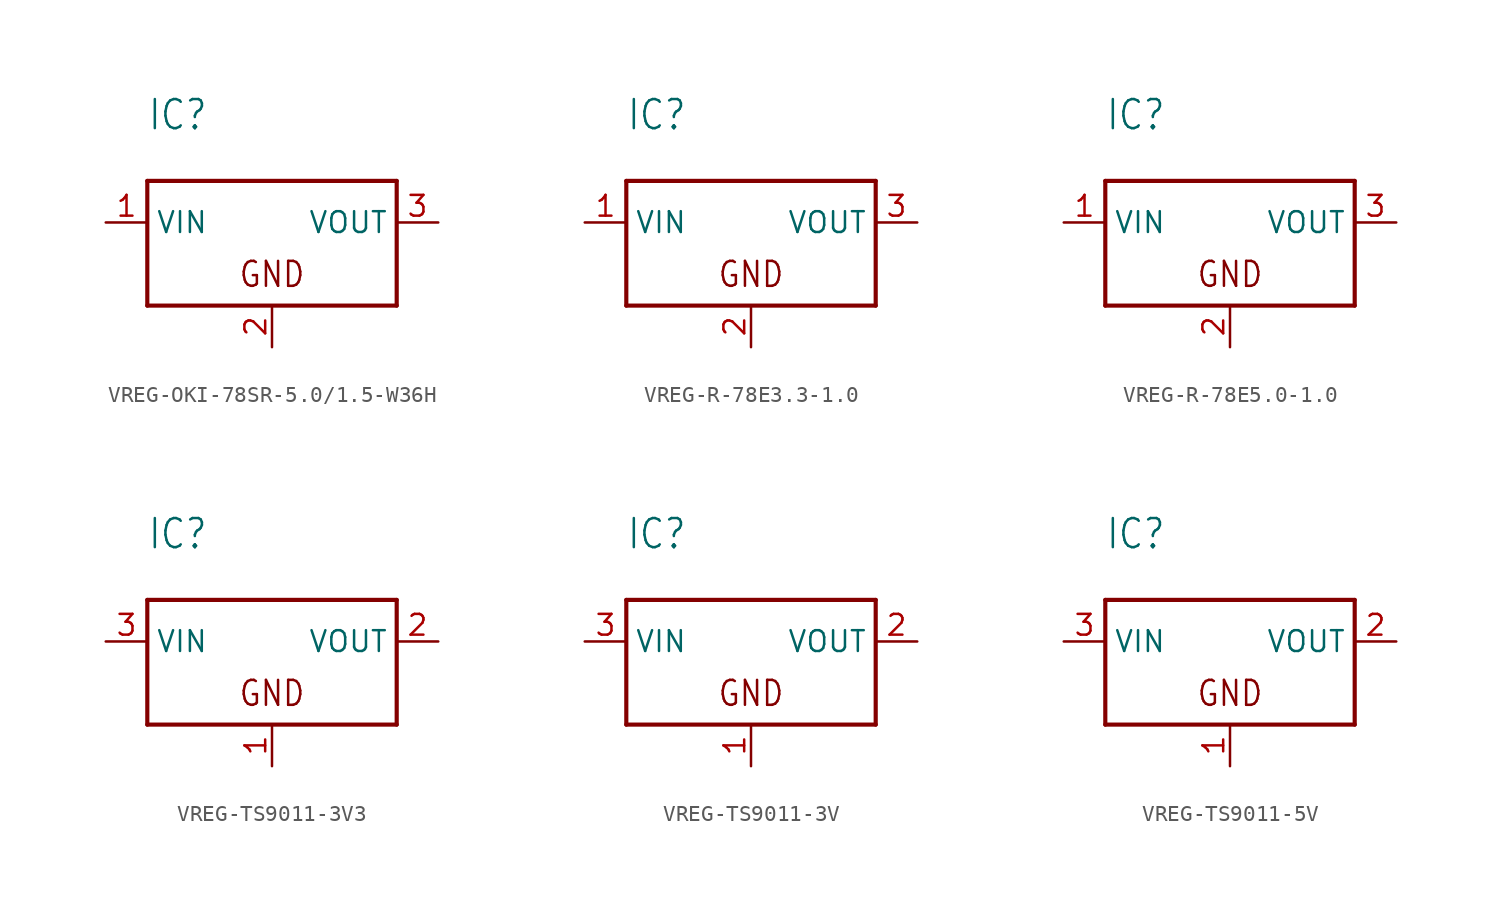
<source format=kicad_sym>
(kicad_symbol_lib
  (version 20220914)
  (generator kicad_symbol_editor)
  (symbol "VREG-OKI-78SR-5.0/1.5-W36H"
    (property "Reference" "IC"
      (at -7.62 7.62 0)
      (effects (font (size 1.778 1.511)) (justify left top)))
    (property "Value" ""
      (at -7.62 5.08 0)
      (effects (font (size 1.778 1.511)) (justify left top)))
    (property "ki_locked" ""
      (at 0 0 0)
      (effects (font (size 1.27 1.27))))
    (symbol "VREG-OKI-78SR-5.0/1.5-W36H_1_0"
      (polyline (pts (xy -7.62 -5.08) (xy 7.62 -5.08)) (stroke (width 0.254) (type solid)) (fill (type none)))
      (polyline (pts (xy -7.62 2.54) (xy -7.62 -5.08)) (stroke (width 0.254) (type solid)) (fill (type none)))
      (polyline (pts (xy 7.62 -5.08) (xy 7.62 2.54)) (stroke (width 0.254) (type solid)) (fill (type none)))
      (polyline (pts (xy 7.62 2.54) (xy -7.62 2.54)) (stroke (width 0.254) (type solid)) (fill (type none)))
      (text "GND" (at 0 -4.064 0) (effects (font (size 1.524 1.295)) (justify bottom)))
      (pin power_in line (at -10.16 0 0) (length 2.54) (name "VIN" (effects (font (size 1.27 1.27)))) (number "1" (effects (font (size 1.27 1.27)))))
      (pin power_in line (at 0 -7.62 90) (length 2.54) (name "GND" (effects (font (size 0 0)))) (number "2" (effects (font (size 1.27 1.27)))))
      (pin power_in line (at 10.16 0 180) (length 2.54) (name "VOUT" (effects (font (size 1.27 1.27)))) (number "3" (effects (font (size 1.27 1.27)))))))
  (symbol "VREG-R-78E3.3-1.0"
    (property "Reference" "IC"
      (at -7.62 7.62 0)
      (effects (font (size 1.778 1.511)) (justify left top)))
    (property "Value" ""
      (at -7.62 5.08 0)
      (effects (font (size 1.778 1.511)) (justify left top)))
    (property "ki_locked" ""
      (at 0 0 0)
      (effects (font (size 1.27 1.27))))
    (symbol "VREG-R-78E3.3-1.0_1_0"
      (polyline (pts (xy -7.62 -5.08) (xy 7.62 -5.08)) (stroke (width 0.254) (type solid)) (fill (type none)))
      (polyline (pts (xy -7.62 2.54) (xy -7.62 -5.08)) (stroke (width 0.254) (type solid)) (fill (type none)))
      (polyline (pts (xy 7.62 -5.08) (xy 7.62 2.54)) (stroke (width 0.254) (type solid)) (fill (type none)))
      (polyline (pts (xy 7.62 2.54) (xy -7.62 2.54)) (stroke (width 0.254) (type solid)) (fill (type none)))
      (text "GND" (at 0 -4.064 0) (effects (font (size 1.524 1.295)) (justify bottom)))
      (pin power_in line (at -10.16 0 0) (length 2.54) (name "VIN" (effects (font (size 1.27 1.27)))) (number "1" (effects (font (size 1.27 1.27)))))
      (pin power_in line (at 0 -7.62 90) (length 2.54) (name "GND" (effects (font (size 0 0)))) (number "2" (effects (font (size 1.27 1.27)))))
      (pin power_in line (at 10.16 0 180) (length 2.54) (name "VOUT" (effects (font (size 1.27 1.27)))) (number "3" (effects (font (size 1.27 1.27)))))))
  (symbol "VREG-R-78E5.0-1.0"
    (property "Reference" "IC"
      (at -7.62 7.62 0)
      (effects (font (size 1.778 1.511)) (justify left top)))
    (property "Value" ""
      (at -7.62 5.08 0)
      (effects (font (size 1.778 1.511)) (justify left top)))
    (property "ki_locked" ""
      (at 0 0 0)
      (effects (font (size 1.27 1.27))))
    (symbol "VREG-R-78E5.0-1.0_1_0"
      (polyline (pts (xy -7.62 -5.08) (xy 7.62 -5.08)) (stroke (width 0.254) (type solid)) (fill (type none)))
      (polyline (pts (xy -7.62 2.54) (xy -7.62 -5.08)) (stroke (width 0.254) (type solid)) (fill (type none)))
      (polyline (pts (xy 7.62 -5.08) (xy 7.62 2.54)) (stroke (width 0.254) (type solid)) (fill (type none)))
      (polyline (pts (xy 7.62 2.54) (xy -7.62 2.54)) (stroke (width 0.254) (type solid)) (fill (type none)))
      (text "GND" (at 0 -4.064 0) (effects (font (size 1.524 1.295)) (justify bottom)))
      (pin power_in line (at -10.16 0 0) (length 2.54) (name "VIN" (effects (font (size 1.27 1.27)))) (number "1" (effects (font (size 1.27 1.27)))))
      (pin power_in line (at 0 -7.62 90) (length 2.54) (name "GND" (effects (font (size 0 0)))) (number "2" (effects (font (size 1.27 1.27)))))
      (pin power_in line (at 10.16 0 180) (length 2.54) (name "VOUT" (effects (font (size 1.27 1.27)))) (number "3" (effects (font (size 1.27 1.27)))))))
  (symbol "VREG-TS9011-3V3"
    (property "Reference" "IC"
      (at -7.62 7.62 0)
      (effects (font (size 1.778 1.511)) (justify left top)))
    (property "Value" ""
      (at -7.62 5.08 0)
      (effects (font (size 1.778 1.511)) (justify left top)))
    (property "ki_locked" ""
      (at 0 0 0)
      (effects (font (size 1.27 1.27))))
    (symbol "VREG-TS9011-3V3_1_0"
      (polyline (pts (xy -7.62 -5.08) (xy 7.62 -5.08)) (stroke (width 0.254) (type solid)) (fill (type none)))
      (polyline (pts (xy -7.62 2.54) (xy -7.62 -5.08)) (stroke (width 0.254) (type solid)) (fill (type none)))
      (polyline (pts (xy 7.62 -5.08) (xy 7.62 2.54)) (stroke (width 0.254) (type solid)) (fill (type none)))
      (polyline (pts (xy 7.62 2.54) (xy -7.62 2.54)) (stroke (width 0.254) (type solid)) (fill (type none)))
      (text "GND" (at 0 -4.064 0) (effects (font (size 1.524 1.295)) (justify bottom)))
      (pin power_in line (at 0 -7.62 90) (length 2.54) (name "GND" (effects (font (size 0 0)))) (number "1" (effects (font (size 1.27 1.27)))))
      (pin power_in line (at 10.16 0 180) (length 2.54) (name "VOUT" (effects (font (size 1.27 1.27)))) (number "2" (effects (font (size 1.27 1.27)))))
      (pin power_in line (at -10.16 0 0) (length 2.54) (name "VIN" (effects (font (size 1.27 1.27)))) (number "3" (effects (font (size 1.27 1.27)))))))
  (symbol "VREG-TS9011-3V"
    (property "Reference" "IC"
      (at -7.62 7.62 0)
      (effects (font (size 1.778 1.511)) (justify left top)))
    (property "Value" ""
      (at -7.62 5.08 0)
      (effects (font (size 1.778 1.511)) (justify left top)))
    (property "ki_locked" ""
      (at 0 0 0)
      (effects (font (size 1.27 1.27))))
    (symbol "VREG-TS9011-3V_1_0"
      (polyline (pts (xy -7.62 -5.08) (xy 7.62 -5.08)) (stroke (width 0.254) (type solid)) (fill (type none)))
      (polyline (pts (xy -7.62 2.54) (xy -7.62 -5.08)) (stroke (width 0.254) (type solid)) (fill (type none)))
      (polyline (pts (xy 7.62 -5.08) (xy 7.62 2.54)) (stroke (width 0.254) (type solid)) (fill (type none)))
      (polyline (pts (xy 7.62 2.54) (xy -7.62 2.54)) (stroke (width 0.254) (type solid)) (fill (type none)))
      (text "GND" (at 0 -4.064 0) (effects (font (size 1.524 1.295)) (justify bottom)))
      (pin power_in line (at 0 -7.62 90) (length 2.54) (name "GND" (effects (font (size 0 0)))) (number "1" (effects (font (size 1.27 1.27)))))
      (pin power_in line (at 10.16 0 180) (length 2.54) (name "VOUT" (effects (font (size 1.27 1.27)))) (number "2" (effects (font (size 1.27 1.27)))))
      (pin power_in line (at -10.16 0 0) (length 2.54) (name "VIN" (effects (font (size 1.27 1.27)))) (number "3" (effects (font (size 1.27 1.27)))))))
  (symbol "VREG-TS9011-5V"
    (property "Reference" "IC"
      (at -7.62 7.62 0)
      (effects (font (size 1.778 1.511)) (justify left top)))
    (property "Value" ""
      (at -7.62 5.08 0)
      (effects (font (size 1.778 1.511)) (justify left top)))
    (property "ki_locked" ""
      (at 0 0 0)
      (effects (font (size 1.27 1.27))))
    (symbol "VREG-TS9011-5V_1_0"
      (polyline (pts (xy -7.62 -5.08) (xy 7.62 -5.08)) (stroke (width 0.254) (type solid)) (fill (type none)))
      (polyline (pts (xy -7.62 2.54) (xy -7.62 -5.08)) (stroke (width 0.254) (type solid)) (fill (type none)))
      (polyline (pts (xy 7.62 -5.08) (xy 7.62 2.54)) (stroke (width 0.254) (type solid)) (fill (type none)))
      (polyline (pts (xy 7.62 2.54) (xy -7.62 2.54)) (stroke (width 0.254) (type solid)) (fill (type none)))
      (text "GND" (at 0 -4.064 0) (effects (font (size 1.524 1.295)) (justify bottom)))
      (pin power_in line (at 0 -7.62 90) (length 2.54) (name "GND" (effects (font (size 0 0)))) (number "1" (effects (font (size 1.27 1.27)))))
      (pin power_in line (at 10.16 0 180) (length 2.54) (name "VOUT" (effects (font (size 1.27 1.27)))) (number "2" (effects (font (size 1.27 1.27)))))
      (pin power_in line (at -10.16 0 0) (length 2.54) (name "VIN" (effects (font (size 1.27 1.27)))) (number "3" (effects (font (size 1.27 1.27))))))))
</source>
